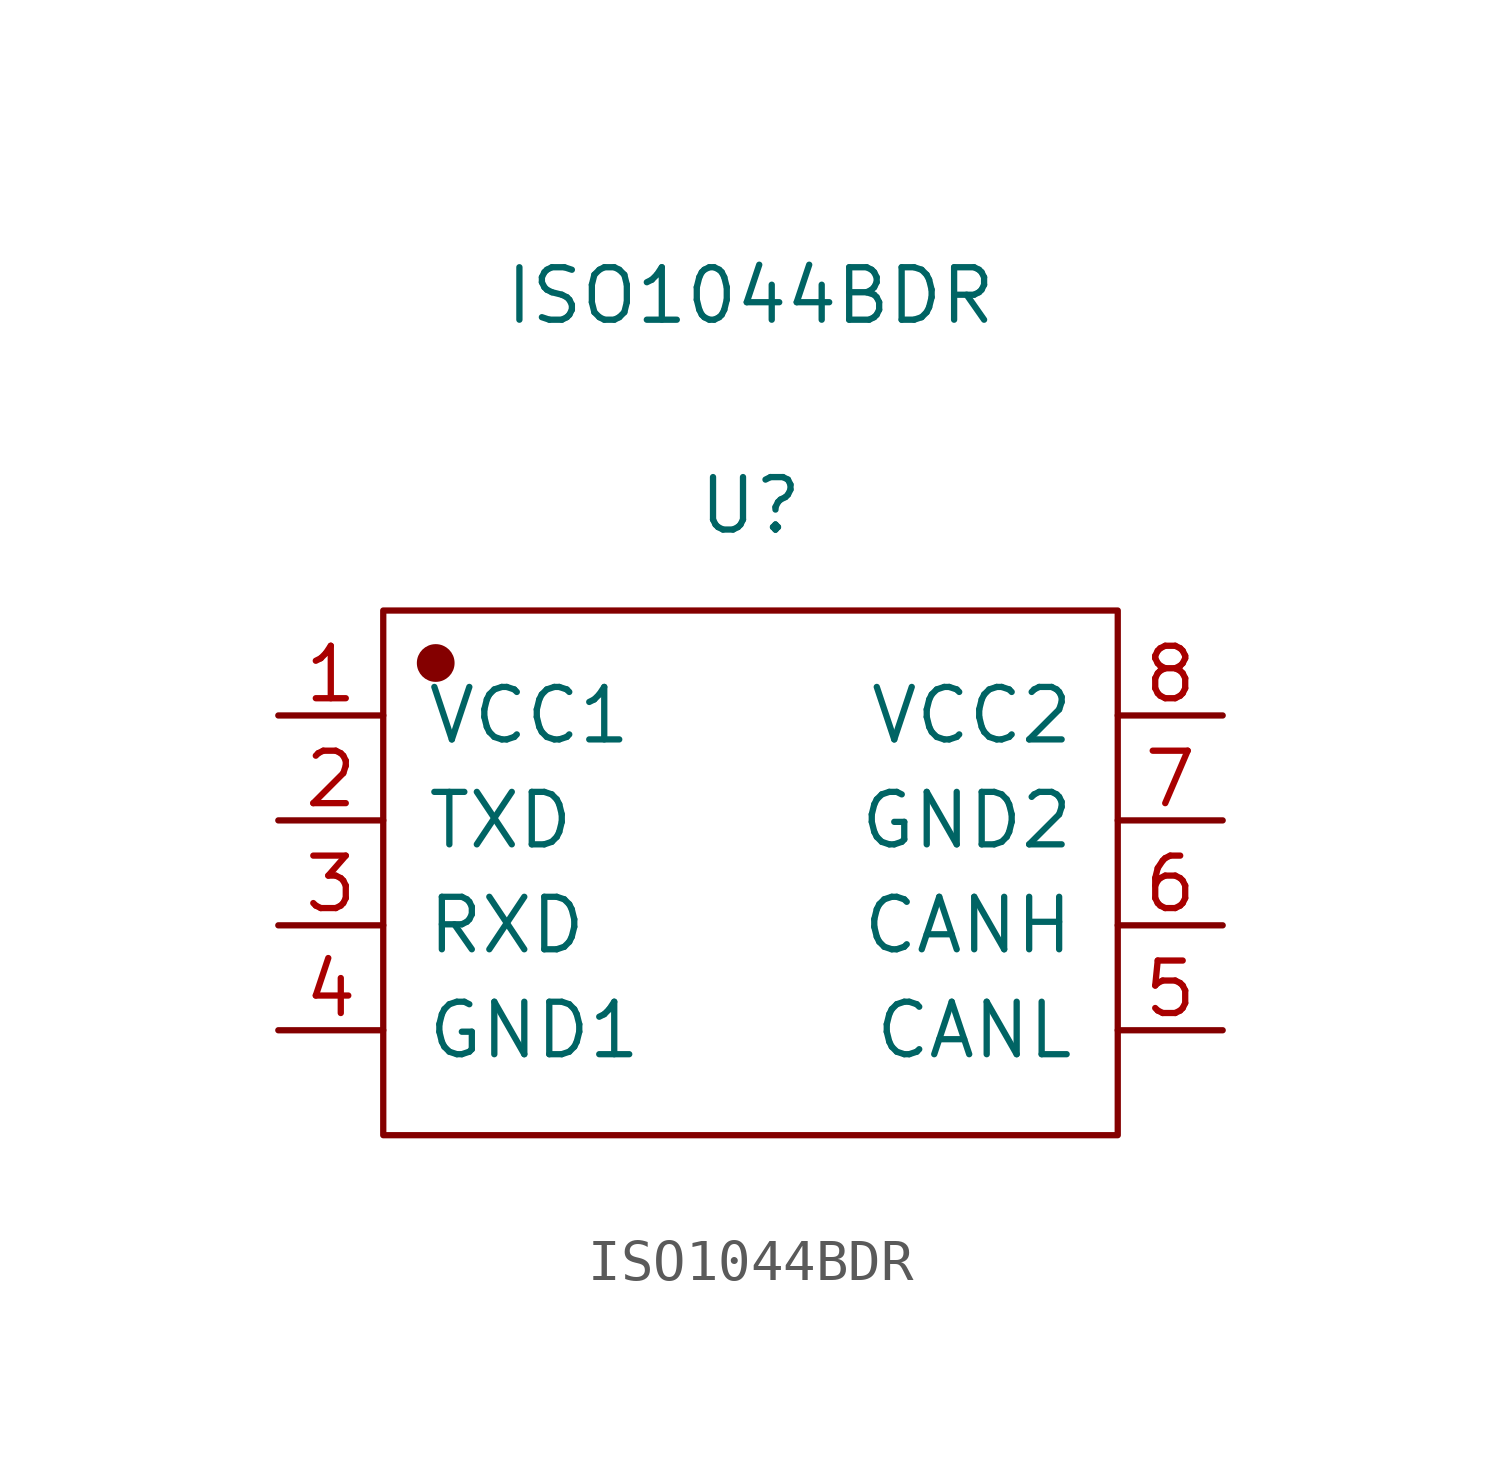
<source format=kicad_sym>
(kicad_symbol_lib
  (version 20241209)
  (generator "kicad_symbol_editor")
  (generator_version "9.0")
  (symbol "ISO1044BDR"
    (pin_names
      (offset 1.016))
    (property "Reference" "U"
      (at 0 8.89 0)
      (effects (font (size 1.27 1.27))))
    (property "Value" "ISO1044BDR"
      (at 0 13.97 0)
      (effects (font (size 1.27 1.27))))
    (symbol "ISO1044BDR_1_1"
      (rectangle (start -8.89 6.35) (end 8.89 -6.35) (stroke (width 0.152) (type solid)) (fill (type none)))
      (circle (center -7.62 5.08) (radius 0.381) (stroke (width 0.152) (type solid)) (fill (type outline)))
      (pin power_in line (at -11.43 3.81 0) (length 2.54) (name "VCC1" (effects (font (size 1.27 1.27)))) (number "1" (effects (font (size 1.27 1.27)))))
      (pin output line (at -11.43 1.27 0) (length 2.54) (name "TXD" (effects (font (size 1.27 1.27)))) (number "2" (effects (font (size 1.27 1.27)))))
      (pin input line (at -11.43 -1.27 0) (length 2.54) (name "RXD" (effects (font (size 1.27 1.27)))) (number "3" (effects (font (size 1.27 1.27)))))
      (pin power_in line (at -11.43 -3.81 0) (length 2.54) (name "GND1" (effects (font (size 1.27 1.27)))) (number "4" (effects (font (size 1.27 1.27)))))
      (pin power_in line (at 11.43 3.81 180) (length 2.54) (name "VCC2" (effects (font (size 1.27 1.27)))) (number "8" (effects (font (size 1.27 1.27)))))
      (pin power_in line (at 11.43 1.27 180) (length 2.54) (name "GND2" (effects (font (size 1.27 1.27)))) (number "7" (effects (font (size 1.27 1.27)))))
      (pin bidirectional line (at 11.43 -1.27 180) (length 2.54) (name "CANH" (effects (font (size 1.27 1.27)))) (number "6" (effects (font (size 1.27 1.27)))))
      (pin bidirectional line (at 11.43 -3.81 180) (length 2.54) (name "CANL" (effects (font (size 1.27 1.27)))) (number "5" (effects (font (size 1.27 1.27))))))))
</source>
